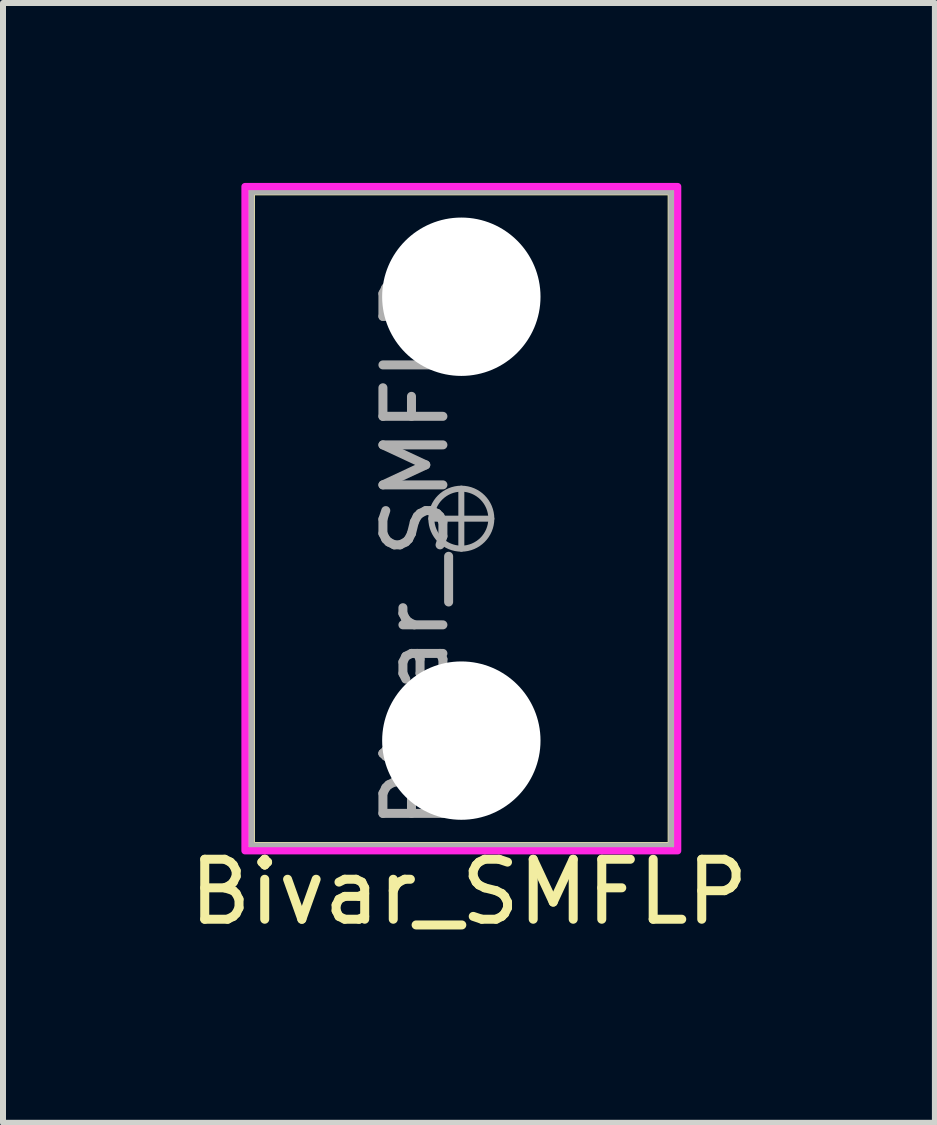
<source format=kicad_pcb>
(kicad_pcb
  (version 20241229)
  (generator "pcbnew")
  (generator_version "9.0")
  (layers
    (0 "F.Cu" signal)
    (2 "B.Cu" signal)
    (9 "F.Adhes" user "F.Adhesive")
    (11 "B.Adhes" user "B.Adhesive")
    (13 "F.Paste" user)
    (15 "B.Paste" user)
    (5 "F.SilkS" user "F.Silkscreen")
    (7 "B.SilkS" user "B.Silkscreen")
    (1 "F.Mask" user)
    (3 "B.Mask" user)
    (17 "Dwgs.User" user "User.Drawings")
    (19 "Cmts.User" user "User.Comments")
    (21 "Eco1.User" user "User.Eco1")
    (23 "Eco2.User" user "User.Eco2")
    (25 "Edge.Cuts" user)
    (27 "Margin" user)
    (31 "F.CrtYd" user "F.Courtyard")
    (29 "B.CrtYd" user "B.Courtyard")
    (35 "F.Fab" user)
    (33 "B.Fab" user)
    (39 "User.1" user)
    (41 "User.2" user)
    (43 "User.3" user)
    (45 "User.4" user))
  (footprint "Bivar_SMFLP"
    (layer "F.Cu")
    (at 4.641 5.597)
    (property "Reference" "Bivar_SMFLP" (at 0.127 6.223 0) (layer "F.SilkS") (effects (font (size 1 1) (thickness 0.15))))
    (attr through_hole)
    (fp_rect (start -3.5 -5.45) (end 3.5 5.45) (stroke (width 0.12) (type solid)) (fill no) (layer "F.SilkS"))
    (fp_rect (start -3.607 -5.537) (end 3.607 5.537) (stroke (width 0.12) (type solid)) (fill no) (layer "F.CrtYd"))
    (fp_line (start -0.5 0) (end 0.5 0) (stroke (width 0.1) (type solid)) (layer "F.Fab"))
    (fp_line (start 0 -0.5) (end 0 0.5) (stroke (width 0.1) (type solid)) (layer "F.Fab"))
    (fp_rect (start -3.5 -5.45) (end 3.5 5.45) (stroke (width 0.1) (type solid)) (fill no) (layer "F.Fab"))
    (fp_circle (center 0 0) (end 0.5 0) (stroke (width 0.1) (type solid)) (fill no) (layer "F.Fab"))
    (fp_text user "${REFERENCE}" (at -0.762 0.508 90) (layer "F.Fab") (effects (font (size 1 1) (thickness 0.15))))
    (pad "" np_thru_hole circle (at 0 -3.7) (size 2.64 2.64) (drill 2.64) (layers "*.Cu" "*.Mask"))
    (pad "" np_thru_hole circle (at 0 3.7) (size 2.64 2.64) (drill 2.64) (layers "*.Cu" "*.Mask")))
  (gr_rect
    (start -3 -3)
    (end 12.536 15.668)
    (stroke (width 0.1) (type default))
    (fill no)
    (layer "Edge.Cuts")))
</source>
